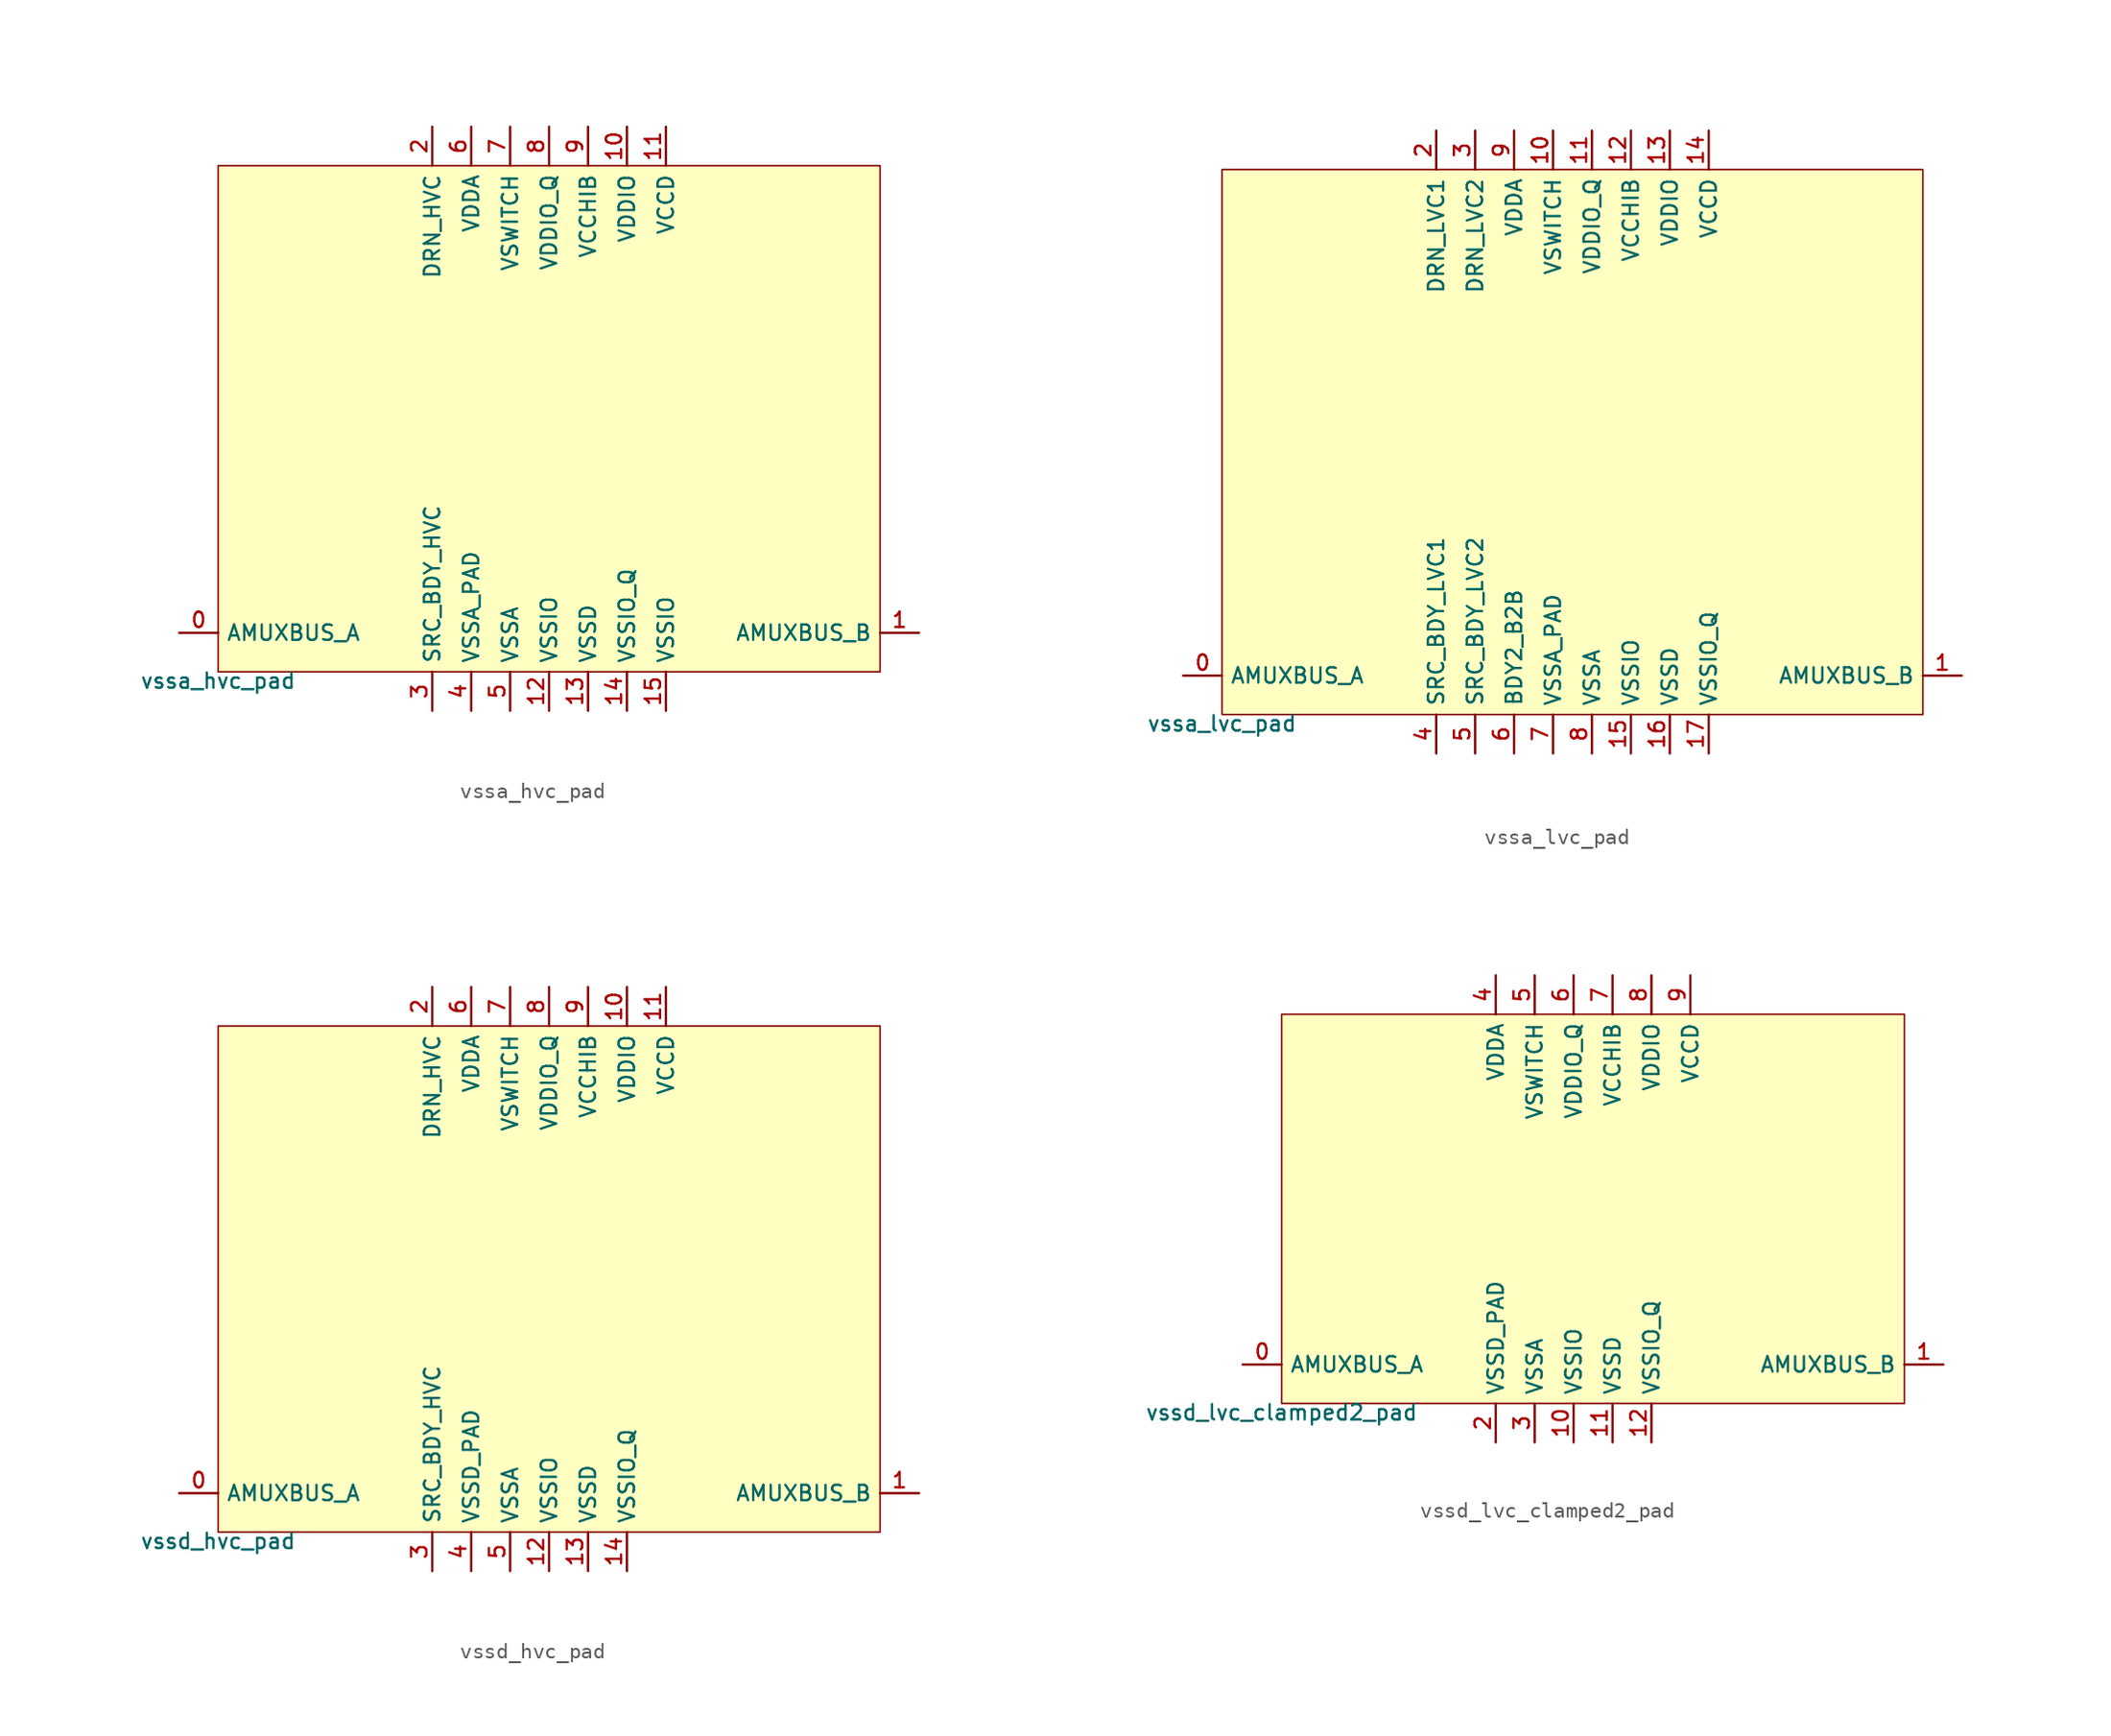
<source format=kicad_sym>
(kicad_symbol_lib
  (version 20211014)
  (generator pdk2kicad)
  (symbol "vssa_hvc_pad"
    (property "Reference" "X"
      (at 0 0 0)
      (effects (font (size 1 1)) hide))
    (property "Value" "vssa_hvc_pad"
      (at -21.59 -16.51 0)
      (effects (font (size 1 1)) (justify top)))
    (rectangle
      (start -21.59 -16.51)
      (end 21.59 16.51)
      (stroke (width 0.1) (type solid) (color 0 0 0 0))
      (fill (type background)))
    (pin bidirectional line
      (at -24.13 -13.97 0)
      (length 2.54)
      (name "AMUXBUS_A" (effects (font (size 1 1)) hide))
      (number "0" (effects (font (size 1 1)) hide)))
    (pin bidirectional line
      (at 24.13 -13.97 180)
      (length 2.54)
      (name "AMUXBUS_B" (effects (font (size 1 1)) hide))
      (number "1" (effects (font (size 1 1)) hide)))
    (pin power_in line
      (at -7.62 19.05 270)
      (length 2.54)
      (name "DRN_HVC" (effects (font (size 1 1)) hide))
      (number "2" (effects (font (size 1 1)) hide)))
    (pin power_in line
      (at -7.62 -19.05 90)
      (length 2.54)
      (name "SRC_BDY_HVC" (effects (font (size 1 1)) hide))
      (number "3" (effects (font (size 1 1)) hide)))
    (pin power_in line
      (at -5.08 -19.05 90)
      (length 2.54)
      (name "VSSA_PAD" (effects (font (size 1 1)) hide))
      (number "4" (effects (font (size 1 1)) hide)))
    (pin power_in line
      (at -2.54 -19.05 90)
      (length 2.54)
      (name "VSSA" (effects (font (size 1 1)) hide))
      (number "5" (effects (font (size 1 1)) hide)))
    (pin power_in line
      (at -5.08 19.05 270)
      (length 2.54)
      (name "VDDA" (effects (font (size 1 1)) hide))
      (number "6" (effects (font (size 1 1)) hide)))
    (pin power_in line
      (at -2.54 19.05 270)
      (length 2.54)
      (name "VSWITCH" (effects (font (size 1 1)) hide))
      (number "7" (effects (font (size 1 1)) hide)))
    (pin power_in line
      (at 0.0 19.05 270)
      (length 2.54)
      (name "VDDIO_Q" (effects (font (size 1 1)) hide))
      (number "8" (effects (font (size 1 1)) hide)))
    (pin power_in line
      (at 2.54 19.05 270)
      (length 2.54)
      (name "VCCHIB" (effects (font (size 1 1)) hide))
      (number "9" (effects (font (size 1 1)) hide)))
    (pin power_in line
      (at 5.08 19.05 270)
      (length 2.54)
      (name "VDDIO" (effects (font (size 1 1)) hide))
      (number "10" (effects (font (size 1 1)) hide)))
    (pin power_in line
      (at 7.62 19.05 270)
      (length 2.54)
      (name "VCCD" (effects (font (size 1 1)) hide))
      (number "11" (effects (font (size 1 1)) hide)))
    (pin power_in line
      (at 0.0 -19.05 90)
      (length 2.54)
      (name "VSSIO" (effects (font (size 1 1)) hide))
      (number "12" (effects (font (size 1 1)) hide)))
    (pin power_in line
      (at 2.54 -19.05 90)
      (length 2.54)
      (name "VSSD" (effects (font (size 1 1)) hide))
      (number "13" (effects (font (size 1 1)) hide)))
    (pin power_in line
      (at 5.08 -19.05 90)
      (length 2.54)
      (name "VSSIO_Q" (effects (font (size 1 1)) hide))
      (number "14" (effects (font (size 1 1)) hide)))
    (pin power_in line
      (at 7.62 -19.05 90)
      (length 2.54)
      (name "VSSIO" (effects (font (size 1 1)) hide))
      (number "15" (effects (font (size 1 1)) hide))))
  (symbol "vssa_lvc_pad"
    (property "Reference" "X"
      (at 0 0 0)
      (effects (font (size 1 1)) hide))
    (property "Value" "vssa_lvc_pad"
      (at -22.86 -17.78 0)
      (effects (font (size 1 1)) (justify top)))
    (rectangle
      (start -22.86 -17.78)
      (end 22.86 17.78)
      (stroke (width 0.1) (type solid) (color 0 0 0 0))
      (fill (type background)))
    (pin bidirectional line
      (at -25.4 -15.24 0)
      (length 2.54)
      (name "AMUXBUS_A" (effects (font (size 1 1)) hide))
      (number "0" (effects (font (size 1 1)) hide)))
    (pin bidirectional line
      (at 25.4 -15.24 180)
      (length 2.54)
      (name "AMUXBUS_B" (effects (font (size 1 1)) hide))
      (number "1" (effects (font (size 1 1)) hide)))
    (pin power_in line
      (at -8.89 20.32 270)
      (length 2.54)
      (name "DRN_LVC1" (effects (font (size 1 1)) hide))
      (number "2" (effects (font (size 1 1)) hide)))
    (pin power_in line
      (at -6.35 20.32 270)
      (length 2.54)
      (name "DRN_LVC2" (effects (font (size 1 1)) hide))
      (number "3" (effects (font (size 1 1)) hide)))
    (pin power_in line
      (at -8.89 -20.32 90)
      (length 2.54)
      (name "SRC_BDY_LVC1" (effects (font (size 1 1)) hide))
      (number "4" (effects (font (size 1 1)) hide)))
    (pin power_in line
      (at -6.35 -20.32 90)
      (length 2.54)
      (name "SRC_BDY_LVC2" (effects (font (size 1 1)) hide))
      (number "5" (effects (font (size 1 1)) hide)))
    (pin power_in line
      (at -3.81 -20.32 90)
      (length 2.54)
      (name "BDY2_B2B" (effects (font (size 1 1)) hide))
      (number "6" (effects (font (size 1 1)) hide)))
    (pin power_in line
      (at -1.27 -20.32 90)
      (length 2.54)
      (name "VSSA_PAD" (effects (font (size 1 1)) hide))
      (number "7" (effects (font (size 1 1)) hide)))
    (pin power_in line
      (at 1.27 -20.32 90)
      (length 2.54)
      (name "VSSA" (effects (font (size 1 1)) hide))
      (number "8" (effects (font (size 1 1)) hide)))
    (pin power_in line
      (at -3.81 20.32 270)
      (length 2.54)
      (name "VDDA" (effects (font (size 1 1)) hide))
      (number "9" (effects (font (size 1 1)) hide)))
    (pin power_in line
      (at -1.27 20.32 270)
      (length 2.54)
      (name "VSWITCH" (effects (font (size 1 1)) hide))
      (number "10" (effects (font (size 1 1)) hide)))
    (pin power_in line
      (at 1.27 20.32 270)
      (length 2.54)
      (name "VDDIO_Q" (effects (font (size 1 1)) hide))
      (number "11" (effects (font (size 1 1)) hide)))
    (pin power_in line
      (at 3.81 20.32 270)
      (length 2.54)
      (name "VCCHIB" (effects (font (size 1 1)) hide))
      (number "12" (effects (font (size 1 1)) hide)))
    (pin power_in line
      (at 6.35 20.32 270)
      (length 2.54)
      (name "VDDIO" (effects (font (size 1 1)) hide))
      (number "13" (effects (font (size 1 1)) hide)))
    (pin power_in line
      (at 8.89 20.32 270)
      (length 2.54)
      (name "VCCD" (effects (font (size 1 1)) hide))
      (number "14" (effects (font (size 1 1)) hide)))
    (pin power_in line
      (at 3.81 -20.32 90)
      (length 2.54)
      (name "VSSIO" (effects (font (size 1 1)) hide))
      (number "15" (effects (font (size 1 1)) hide)))
    (pin power_in line
      (at 6.35 -20.32 90)
      (length 2.54)
      (name "VSSD" (effects (font (size 1 1)) hide))
      (number "16" (effects (font (size 1 1)) hide)))
    (pin power_in line
      (at 8.89 -20.32 90)
      (length 2.54)
      (name "VSSIO_Q" (effects (font (size 1 1)) hide))
      (number "17" (effects (font (size 1 1)) hide))))
  (symbol "vssd_hvc_pad"
    (property "Reference" "X"
      (at 0 0 0)
      (effects (font (size 1 1)) hide))
    (property "Value" "vssd_hvc_pad"
      (at -21.59 -16.51 0)
      (effects (font (size 1 1)) (justify top)))
    (rectangle
      (start -21.59 -16.51)
      (end 21.59 16.51)
      (stroke (width 0.1) (type solid) (color 0 0 0 0))
      (fill (type background)))
    (pin bidirectional line
      (at -24.13 -13.97 0)
      (length 2.54)
      (name "AMUXBUS_A" (effects (font (size 1 1)) hide))
      (number "0" (effects (font (size 1 1)) hide)))
    (pin bidirectional line
      (at 24.13 -13.97 180)
      (length 2.54)
      (name "AMUXBUS_B" (effects (font (size 1 1)) hide))
      (number "1" (effects (font (size 1 1)) hide)))
    (pin power_in line
      (at -7.62 19.05 270)
      (length 2.54)
      (name "DRN_HVC" (effects (font (size 1 1)) hide))
      (number "2" (effects (font (size 1 1)) hide)))
    (pin power_in line
      (at -7.62 -19.05 90)
      (length 2.54)
      (name "SRC_BDY_HVC" (effects (font (size 1 1)) hide))
      (number "3" (effects (font (size 1 1)) hide)))
    (pin power_in line
      (at -5.08 -19.05 90)
      (length 2.54)
      (name "VSSD_PAD" (effects (font (size 1 1)) hide))
      (number "4" (effects (font (size 1 1)) hide)))
    (pin power_in line
      (at -2.54 -19.05 90)
      (length 2.54)
      (name "VSSA" (effects (font (size 1 1)) hide))
      (number "5" (effects (font (size 1 1)) hide)))
    (pin power_in line
      (at -5.08 19.05 270)
      (length 2.54)
      (name "VDDA" (effects (font (size 1 1)) hide))
      (number "6" (effects (font (size 1 1)) hide)))
    (pin power_in line
      (at -2.54 19.05 270)
      (length 2.54)
      (name "VSWITCH" (effects (font (size 1 1)) hide))
      (number "7" (effects (font (size 1 1)) hide)))
    (pin power_in line
      (at 0.0 19.05 270)
      (length 2.54)
      (name "VDDIO_Q" (effects (font (size 1 1)) hide))
      (number "8" (effects (font (size 1 1)) hide)))
    (pin power_in line
      (at 2.54 19.05 270)
      (length 2.54)
      (name "VCCHIB" (effects (font (size 1 1)) hide))
      (number "9" (effects (font (size 1 1)) hide)))
    (pin power_in line
      (at 5.08 19.05 270)
      (length 2.54)
      (name "VDDIO" (effects (font (size 1 1)) hide))
      (number "10" (effects (font (size 1 1)) hide)))
    (pin power_in line
      (at 7.62 19.05 270)
      (length 2.54)
      (name "VCCD" (effects (font (size 1 1)) hide))
      (number "11" (effects (font (size 1 1)) hide)))
    (pin power_in line
      (at 0.0 -19.05 90)
      (length 2.54)
      (name "VSSIO" (effects (font (size 1 1)) hide))
      (number "12" (effects (font (size 1 1)) hide)))
    (pin power_in line
      (at 2.54 -19.05 90)
      (length 2.54)
      (name "VSSD" (effects (font (size 1 1)) hide))
      (number "13" (effects (font (size 1 1)) hide)))
    (pin power_in line
      (at 5.08 -19.05 90)
      (length 2.54)
      (name "VSSIO_Q" (effects (font (size 1 1)) hide))
      (number "14" (effects (font (size 1 1)) hide))))
  (symbol "vssd_lvc_clamped2_pad"
    (property "Reference" "X"
      (at 0 0 0)
      (effects (font (size 1 1)) hide))
    (property "Value" "vssd_lvc_clamped2_pad"
      (at -20.32 -12.7 0)
      (effects (font (size 1 1)) (justify top)))
    (rectangle
      (start -20.32 -12.7)
      (end 20.32 12.7)
      (stroke (width 0.1) (type solid) (color 0 0 0 0))
      (fill (type background)))
    (pin bidirectional line
      (at -22.86 -10.16 0)
      (length 2.54)
      (name "AMUXBUS_A" (effects (font (size 1 1)) hide))
      (number "0" (effects (font (size 1 1)) hide)))
    (pin bidirectional line
      (at 22.86 -10.16 180)
      (length 2.54)
      (name "AMUXBUS_B" (effects (font (size 1 1)) hide))
      (number "1" (effects (font (size 1 1)) hide)))
    (pin power_in line
      (at -6.35 -15.24 90)
      (length 2.54)
      (name "VSSD_PAD" (effects (font (size 1 1)) hide))
      (number "2" (effects (font (size 1 1)) hide)))
    (pin power_in line
      (at -3.81 -15.24 90)
      (length 2.54)
      (name "VSSA" (effects (font (size 1 1)) hide))
      (number "3" (effects (font (size 1 1)) hide)))
    (pin power_in line
      (at -6.35 15.24 270)
      (length 2.54)
      (name "VDDA" (effects (font (size 1 1)) hide))
      (number "4" (effects (font (size 1 1)) hide)))
    (pin power_in line
      (at -3.81 15.24 270)
      (length 2.54)
      (name "VSWITCH" (effects (font (size 1 1)) hide))
      (number "5" (effects (font (size 1 1)) hide)))
    (pin power_in line
      (at -1.27 15.24 270)
      (length 2.54)
      (name "VDDIO_Q" (effects (font (size 1 1)) hide))
      (number "6" (effects (font (size 1 1)) hide)))
    (pin power_in line
      (at 1.27 15.24 270)
      (length 2.54)
      (name "VCCHIB" (effects (font (size 1 1)) hide))
      (number "7" (effects (font (size 1 1)) hide)))
    (pin power_in line
      (at 3.81 15.24 270)
      (length 2.54)
      (name "VDDIO" (effects (font (size 1 1)) hide))
      (number "8" (effects (font (size 1 1)) hide)))
    (pin power_in line
      (at 6.35 15.24 270)
      (length 2.54)
      (name "VCCD" (effects (font (size 1 1)) hide))
      (number "9" (effects (font (size 1 1)) hide)))
    (pin power_in line
      (at -1.27 -15.24 90)
      (length 2.54)
      (name "VSSIO" (effects (font (size 1 1)) hide))
      (number "10" (effects (font (size 1 1)) hide)))
    (pin power_in line
      (at 1.27 -15.24 90)
      (length 2.54)
      (name "VSSD" (effects (font (size 1 1)) hide))
      (number "11" (effects (font (size 1 1)) hide)))
    (pin power_in line
      (at 3.81 -15.24 90)
      (length 2.54)
      (name "VSSIO_Q" (effects (font (size 1 1)) hide))
      (number "12" (effects (font (size 1 1)) hide)))))
</source>
